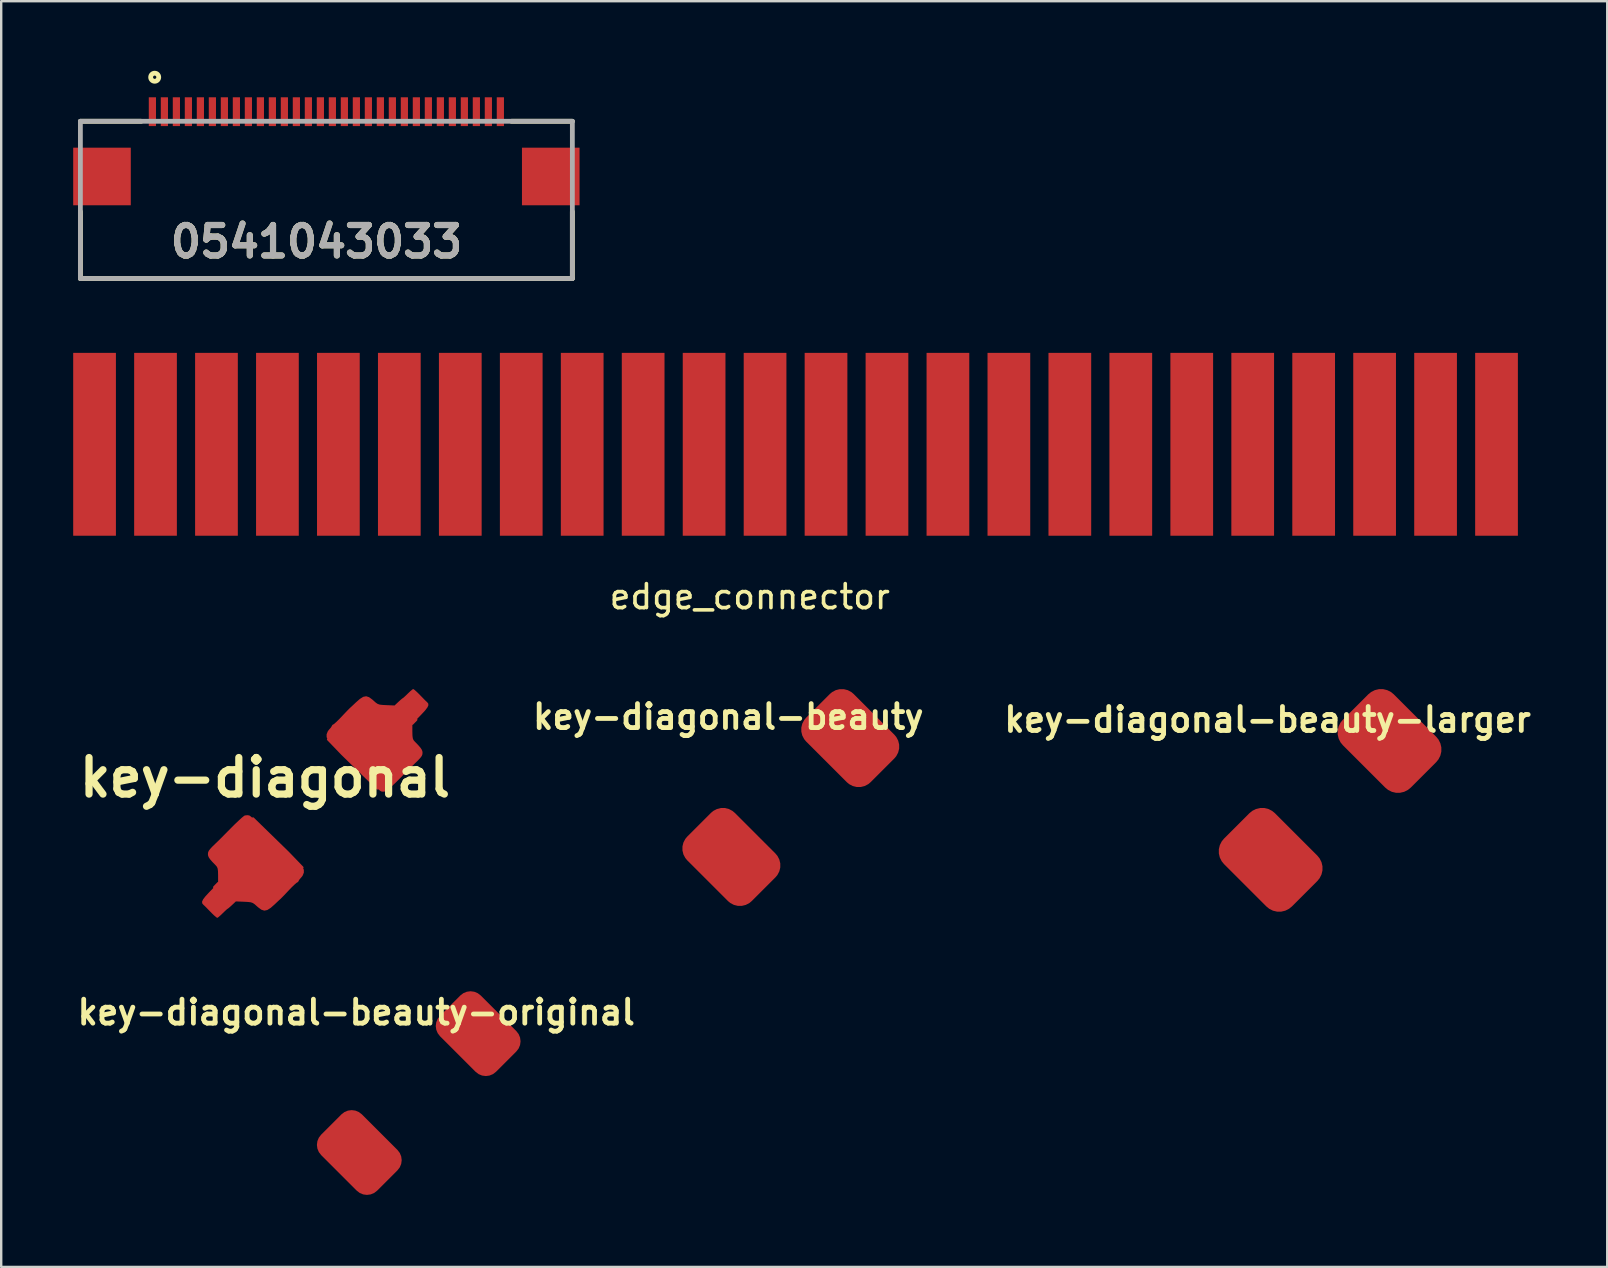
<source format=kicad_pcb>
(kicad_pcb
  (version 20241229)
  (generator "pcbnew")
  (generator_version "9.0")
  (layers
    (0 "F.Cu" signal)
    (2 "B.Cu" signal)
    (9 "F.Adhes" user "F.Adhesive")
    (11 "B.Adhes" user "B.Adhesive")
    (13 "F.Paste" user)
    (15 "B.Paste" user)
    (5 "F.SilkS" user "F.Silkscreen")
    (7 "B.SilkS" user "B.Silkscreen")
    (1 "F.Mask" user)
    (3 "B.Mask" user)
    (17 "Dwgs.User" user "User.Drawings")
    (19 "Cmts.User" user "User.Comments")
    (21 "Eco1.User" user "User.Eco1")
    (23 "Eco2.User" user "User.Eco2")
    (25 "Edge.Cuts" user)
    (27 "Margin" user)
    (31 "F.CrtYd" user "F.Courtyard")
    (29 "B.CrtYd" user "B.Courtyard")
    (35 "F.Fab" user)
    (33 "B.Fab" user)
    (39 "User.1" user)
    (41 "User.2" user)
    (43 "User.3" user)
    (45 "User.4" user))
  (footprint "key-diagonal-beauty-larger"
    (layer "F.Cu")
    (at 52.311 30.112)
    (property "Reference" "key-diagonal-beauty-larger" (at -2.54 -3.175 0) (layer "F.SilkS") (effects (font (size 1 1) (thickness 0.2))))
    (attr through_hole)
    (pad "1" smd roundrect (at 2.54 -2.286 315) (size 4 3) (layers "F.Cu" "F.Mask") (roundrect_rratio 0.25))
    (pad "2" smd roundrect (at -2.413 2.667 315) (size 4 3) (layers "F.Cu" "F.Mask") (roundrect_rratio 0.25)))
  (footprint "0541043033"
    (layer "F.Cu")
    (at 10.55 2.004)
    (property "Reference" "0541043033" (at -0.409 5.017 0) (layer "F.SilkS") (effects (font (size 1.27 1.27) (thickness 0.254))))
    (attr smd)
    (fp_line (start -10.25 0) (end -7.717 0) (stroke (width 0.2) (type solid)) (layer "F.SilkS"))
    (fp_line (start -10.25 6.55) (end -10.25 3.766) (stroke (width 0.2) (type solid)) (layer "F.SilkS"))
    (fp_line (start -10.25 6.55) (end 10.25 6.55) (stroke (width 0.2) (type solid)) (layer "F.SilkS"))
    (fp_line (start 10.25 0) (end 7.717 0) (stroke (width 0.2) (type solid)) (layer "F.SilkS"))
    (fp_line (start 10.25 6.55) (end 10.25 3.766) (stroke (width 0.2) (type solid)) (layer "F.SilkS"))
    (fp_circle (center -7.154 -1.836) (end -7.154 -1.768) (stroke (width 0.2) (type solid)) (fill no) (layer "F.SilkS"))
    (fp_line (start -10.25 0) (end 10.25 0) (stroke (width 0.2) (type solid)) (layer "F.Fab"))
    (fp_line (start -10.25 6.55) (end -10.25 0) (stroke (width 0.2) (type solid)) (layer "F.Fab"))
    (fp_line (start 10.25 0) (end 10.25 6.55) (stroke (width 0.2) (type solid)) (layer "F.Fab"))
    (fp_line (start 10.25 6.55) (end -10.25 6.55) (stroke (width 0.2) (type solid)) (layer "F.Fab"))
    (fp_text user "${REFERENCE}" (at -0.409 5.017 0) (layer "F.Fab") (effects (font (size 1.27 1.27) (thickness 0.254))))
    (pad "1" smd rect (at -7.25 -0.4) (size 0.3 1.2) (layers "F.Cu" "F.Mask" "F.Paste"))
    (pad "2" smd rect (at -6.75 -0.4) (size 0.3 1.2) (layers "F.Cu" "F.Mask" "F.Paste"))
    (pad "3" smd rect (at -6.25 -0.4) (size 0.3 1.2) (layers "F.Cu" "F.Mask" "F.Paste"))
    (pad "4" smd rect (at -5.75 -0.4) (size 0.3 1.2) (layers "F.Cu" "F.Mask" "F.Paste"))
    (pad "5" smd rect (at -5.25 -0.4) (size 0.3 1.2) (layers "F.Cu" "F.Mask" "F.Paste"))
    (pad "6" smd rect (at -4.75 -0.4) (size 0.3 1.2) (layers "F.Cu" "F.Mask" "F.Paste"))
    (pad "7" smd rect (at -4.25 -0.4) (size 0.3 1.2) (layers "F.Cu" "F.Mask" "F.Paste"))
    (pad "8" smd rect (at -3.75 -0.4) (size 0.3 1.2) (layers "F.Cu" "F.Mask" "F.Paste"))
    (pad "9" smd rect (at -3.25 -0.4) (size 0.3 1.2) (layers "F.Cu" "F.Mask" "F.Paste"))
    (pad "10" smd rect (at -2.75 -0.4) (size 0.3 1.2) (layers "F.Cu" "F.Mask" "F.Paste"))
    (pad "11" smd rect (at -2.25 -0.4) (size 0.3 1.2) (layers "F.Cu" "F.Mask" "F.Paste"))
    (pad "12" smd rect (at -1.75 -0.4) (size 0.3 1.2) (layers "F.Cu" "F.Mask" "F.Paste"))
    (pad "13" smd rect (at -1.25 -0.4) (size 0.3 1.2) (layers "F.Cu" "F.Mask" "F.Paste"))
    (pad "14" smd rect (at -0.75 -0.4) (size 0.3 1.2) (layers "F.Cu" "F.Mask" "F.Paste"))
    (pad "15" smd rect (at -0.25 -0.4) (size 0.3 1.2) (layers "F.Cu" "F.Mask" "F.Paste"))
    (pad "16" smd rect (at 0.25 -0.4) (size 0.3 1.2) (layers "F.Cu" "F.Mask" "F.Paste"))
    (pad "17" smd rect (at 0.75 -0.4) (size 0.3 1.2) (layers "F.Cu" "F.Mask" "F.Paste"))
    (pad "18" smd rect (at 1.25 -0.4) (size 0.3 1.2) (layers "F.Cu" "F.Mask" "F.Paste"))
    (pad "19" smd rect (at 1.75 -0.4) (size 0.3 1.2) (layers "F.Cu" "F.Mask" "F.Paste"))
    (pad "20" smd rect (at 2.25 -0.4) (size 0.3 1.2) (layers "F.Cu" "F.Mask" "F.Paste"))
    (pad "21" smd rect (at 2.75 -0.4) (size 0.3 1.2) (layers "F.Cu" "F.Mask" "F.Paste"))
    (pad "22" smd rect (at 3.25 -0.4) (size 0.3 1.2) (layers "F.Cu" "F.Mask" "F.Paste"))
    (pad "23" smd rect (at 3.75 -0.4) (size 0.3 1.2) (layers "F.Cu" "F.Mask" "F.Paste"))
    (pad "24" smd rect (at 4.25 -0.4) (size 0.3 1.2) (layers "F.Cu" "F.Mask" "F.Paste"))
    (pad "25" smd rect (at 4.75 -0.4) (size 0.3 1.2) (layers "F.Cu" "F.Mask" "F.Paste"))
    (pad "26" smd rect (at 5.25 -0.4) (size 0.3 1.2) (layers "F.Cu" "F.Mask" "F.Paste"))
    (pad "27" smd rect (at 5.75 -0.4) (size 0.3 1.2) (layers "F.Cu" "F.Mask" "F.Paste"))
    (pad "28" smd rect (at 6.25 -0.4) (size 0.3 1.2) (layers "F.Cu" "F.Mask" "F.Paste"))
    (pad "29" smd rect (at 6.75 -0.4) (size 0.3 1.2) (layers "F.Cu" "F.Mask" "F.Paste"))
    (pad "30" smd rect (at 7.25 -0.4) (size 0.3 1.2) (layers "F.Cu" "F.Mask" "F.Paste"))
    (pad "31" smd rect (at -9.35 2.3 90) (size 2.4 2.4) (layers "F.Cu" "F.Mask" "F.Paste"))
    (pad "32" smd rect (at 9.35 2.3 90) (size 2.4 2.4) (layers "F.Cu" "F.Mask" "F.Paste")))
  (footprint "edge_connector"
    (layer "F.Cu")
    (at 0.89 15.464)
    (property "Reference" "edge_connector" (at 27.305 6.35 0) (layer "F.SilkS") (effects (font (size 1 1) (thickness 0.15))))
    (attr exclude_from_pos_files exclude_from_bom)
    (pad "1" connect rect (at 0 0) (size 1.78 7.62) (layers "F.Cu" "F.Mask"))
    (pad "2" connect rect (at 2.54 0) (size 1.78 7.62) (layers "F.Cu" "F.Mask"))
    (pad "3" connect rect (at 5.08 0) (size 1.78 7.62) (layers "F.Cu" "F.Mask"))
    (pad "4" connect rect (at 7.62 0) (size 1.78 7.62) (layers "F.Cu" "F.Mask"))
    (pad "5" connect rect (at 10.16 0) (size 1.78 7.62) (layers "F.Cu" "F.Mask"))
    (pad "6" connect rect (at 12.7 0) (size 1.78 7.62) (layers "F.Cu" "F.Mask"))
    (pad "7" connect rect (at 15.24 0) (size 1.78 7.62) (layers "F.Cu" "F.Mask"))
    (pad "8" connect rect (at 17.78 0) (size 1.78 7.62) (layers "F.Cu" "F.Mask"))
    (pad "9" connect rect (at 20.32 0) (size 1.78 7.62) (layers "F.Cu" "F.Mask"))
    (pad "10" connect rect (at 22.86 0) (size 1.78 7.62) (layers "F.Cu" "F.Mask"))
    (pad "11" connect rect (at 25.4 0) (size 1.78 7.62) (layers "F.Cu" "F.Mask"))
    (pad "12" connect rect (at 27.94 0) (size 1.78 7.62) (layers "F.Cu" "F.Mask"))
    (pad "13" connect rect (at 30.48 0) (size 1.78 7.62) (layers "F.Cu" "F.Mask"))
    (pad "14" connect rect (at 33.02 0) (size 1.78 7.62) (layers "F.Cu" "F.Mask"))
    (pad "15" connect rect (at 35.56 0) (size 1.78 7.62) (layers "F.Cu" "F.Mask"))
    (pad "16" connect rect (at 38.1 0) (size 1.78 7.62) (layers "F.Cu" "F.Mask"))
    (pad "17" connect rect (at 40.64 0) (size 1.78 7.62) (layers "F.Cu" "F.Mask"))
    (pad "18" connect rect (at 43.18 0) (size 1.78 7.62) (layers "F.Cu" "F.Mask"))
    (pad "19" connect rect (at 45.72 0) (size 1.78 7.62) (layers "F.Cu" "F.Mask"))
    (pad "20" connect rect (at 48.26 0) (size 1.78 7.62) (layers "F.Cu" "F.Mask"))
    (pad "21" connect rect (at 50.8 0) (size 1.78 7.62) (layers "F.Cu" "F.Mask"))
    (pad "22" connect rect (at 53.34 0) (size 1.78 7.62) (layers "F.Cu" "F.Mask"))
    (pad "23" connect rect (at 55.88 0) (size 1.78 7.62) (layers "F.Cu" "F.Mask"))
    (pad "24" connect rect (at 58.42 0) (size 1.78 7.62) (layers "F.Cu" "F.Mask")))
  (footprint "key-diagonal"
    (layer "F.Cu")
    (at 10.022 30.239)
    (property "Reference" "key-diagonal" (at -2.032 -0.889 0) (layer "F.SilkS") (effects (font (size 1.524 1.524) (thickness 0.3))))
    (attr through_hole)
    (pad "1" smd custom (at -4.191 4.445) (size 0.5 0.5) (layers "F.Cu" "F.Mask") (options (anchor circle)) (primitives (gr_poly (pts (xy 3.429 -1.143) (xy 1.524 -0.508) (xy 0.254 -0.508) (xy 0.045 -0.762) (xy 0.212 -0.933) (xy 0.889 -1.143) (xy 0.889 -2.413) (xy 2.794 -2.413)) (width 0.1) (fill yes)) (gr_poly (pts (xy 3.719 -1.583) (xy 3.429 -1.143) (xy 3.125 -2.2)) (width 0.1) (fill yes)) (gr_poly (pts (xy 3.125 -2.2) (xy 2.646 -2.159) (xy 1.659 -3.629)) (width 0.1) (fill yes)) (gr_poly (pts (xy 1.504 -3.75) (xy 1.557 -3.715) (xy 1.659 -3.629) (xy 1.802 -3.5) (xy 1.975 -3.339) (xy 2.169 -3.154) (xy 2.375 -2.954) (xy 2.583 -2.75) (xy 2.783 -2.55) (xy 2.967 -2.364) (xy 3.125 -2.2) (xy 3.247 -2.069) (xy 3.323 -1.978) (xy 3.343 -1.95) (xy 3.401 -1.882) (xy 3.447 -1.863) (xy 3.507 -1.83) (xy 3.576 -1.751) (xy 3.58 -1.746) (xy 3.653 -1.649) (xy 3.719 -1.583) (xy 3.775 -1.494) (xy 3.775 -1.371) (xy 3.723 -1.243) (xy 3.669 -1.175) (xy 3.595 -1.091) (xy 3.557 -1.026) (xy 3.556 -1.018) (xy 3.523 -0.975) (xy 3.511 -0.974) (xy 3.465 -0.945) (xy 3.376 -0.866) (xy 3.258 -0.751) (xy 3.162 -0.651) (xy 3.03 -0.511) (xy 2.916 -0.392) (xy 2.834 -0.309) (xy 2.805 -0.28) (xy 2.746 -0.227) (xy 2.65 -0.137) (xy 2.566 -0.057) (xy 2.392 0.096) (xy 2.253 0.183) (xy 2.132 0.207) (xy 2.013 0.169) (xy 1.88 0.072) (xy 1.835 0.032) (xy 1.735 -0.057) (xy 1.655 -0.111) (xy 1.568 -0.141) (xy 1.446 -0.155) (xy 1.293 -0.163) (xy 0.946 -0.177) (xy 0.785 -0.025) (xy 0.691 0.06) (xy 0.624 0.116) (xy 0.605 0.127) (xy 0.567 0.155) (xy 0.489 0.227) (xy 0.395 0.318) (xy 0.292 0.416) (xy 0.211 0.485) (xy 0.172 0.508) (xy 0.127 0.48) (xy 0.043 0.407) (xy -0.047 0.32) (xy -0.154 0.211) (xy -0.242 0.121) (xy -0.284 0.077) (xy -0.361 0.001) (xy -0.4 -0.033) (xy -0.449 -0.092) (xy -0.456 -0.161) (xy -0.415 -0.252) (xy -0.322 -0.375) (xy -0.171 -0.539) (xy -0.127 -0.585) (xy 0.045 -0.762) (xy 0.127 -0.762) (xy 0.142 -0.727) (xy 0.155 -0.734) (xy 0.16 -0.784) (xy 0.155 -0.79) (xy 0.13 -0.784) (xy 0.127 -0.762) (xy 0.045 -0.762) (xy 0.212 -0.933) (xy 0.212 -1.256) (xy 0.208 -1.428) (xy 0.194 -1.54) (xy 0.189 -1.552) (xy 2.935 -1.552) (xy 2.941 -1.527) (xy 2.963 -1.524) (xy 2.998 -1.539) (xy 2.995 -1.545) (xy 3.598 -1.545) (xy 3.619 -1.524) (xy 3.641 -1.545) (xy 3.619 -1.566) (xy 3.598 -1.545) (xy 2.995 -1.545) (xy 2.992 -1.552) (xy 2.941 -1.557) (xy 2.935 -1.552) (xy 0.189 -1.552) (xy 0.164 -1.615) (xy 0.116 -1.673) (xy -0.032 -1.826) (xy -0.101 -1.905) (xy 1.122 -1.905) (xy 1.125 -1.866) (xy 1.141 -1.863) (xy 1.184 -1.893) (xy 1.185 -1.905) (xy 1.171 -1.946) (xy 1.167 -1.947) (xy 1.131 -1.918) (xy 1.122 -1.905) (xy -0.101 -1.905) (xy -0.128 -1.937) (xy -0.183 -2.021) (xy -0.208 -2.093) (xy -0.212 -2.147) (xy -0.208 -2.18) (xy 2.625 -2.18) (xy 2.646 -2.159) (xy 2.667 -2.18) (xy 2.646 -2.201) (xy 2.625 -2.18) (xy -0.208 -2.18) (xy -0.205 -2.212) (xy -0.178 -2.277) (xy -0.121 -2.354) (xy -0.024 -2.458) (xy 0.124 -2.601) (xy 0.179 -2.654) (xy 0.226 -2.699) (xy 0.321 -2.794) (xy 0.453 -2.927) (xy 0.611 -3.087) (xy 0.736 -3.213) (xy 0.908 -3.385) (xy 1.065 -3.534) (xy 1.194 -3.652) (xy 1.286 -3.727) (xy 1.321 -3.749) (xy 1.428 -3.76) (xy 1.504 -3.75)) (width 0.01) (fill yes))))
    (pad "2" smd custom (at 4.318 -4.064 180) (size 0.5 0.5) (layers "F.Cu" "F.Mask") (options (anchor circle)) (primitives (gr_poly (pts (xy 3.429 -1.143) (xy 1.524 -0.508) (xy 0.254 -0.508) (xy 0.045 -0.762) (xy 0.212 -0.933) (xy 0.889 -1.143) (xy 0.889 -2.413) (xy 2.794 -2.413)) (width 0.1) (fill yes)) (gr_poly (pts (xy 3.719 -1.583) (xy 3.429 -1.143) (xy 3.125 -2.2)) (width 0.1) (fill yes)) (gr_poly (pts (xy 3.125 -2.2) (xy 2.646 -2.159) (xy 1.659 -3.629)) (width 0.1) (fill yes)) (gr_poly (pts (xy 1.504 -3.75) (xy 1.557 -3.715) (xy 1.659 -3.629) (xy 1.802 -3.5) (xy 1.975 -3.339) (xy 2.169 -3.154) (xy 2.375 -2.954) (xy 2.583 -2.75) (xy 2.783 -2.55) (xy 2.967 -2.364) (xy 3.125 -2.2) (xy 3.247 -2.069) (xy 3.323 -1.978) (xy 3.343 -1.95) (xy 3.401 -1.882) (xy 3.447 -1.863) (xy 3.507 -1.83) (xy 3.576 -1.751) (xy 3.58 -1.746) (xy 3.653 -1.649) (xy 3.719 -1.583) (xy 3.775 -1.494) (xy 3.775 -1.371) (xy 3.723 -1.243) (xy 3.669 -1.175) (xy 3.595 -1.091) (xy 3.557 -1.026) (xy 3.556 -1.018) (xy 3.523 -0.975) (xy 3.511 -0.974) (xy 3.465 -0.945) (xy 3.376 -0.866) (xy 3.258 -0.751) (xy 3.162 -0.651) (xy 3.03 -0.511) (xy 2.916 -0.392) (xy 2.834 -0.309) (xy 2.805 -0.28) (xy 2.746 -0.227) (xy 2.65 -0.137) (xy 2.566 -0.057) (xy 2.392 0.096) (xy 2.253 0.183) (xy 2.132 0.207) (xy 2.013 0.169) (xy 1.88 0.072) (xy 1.835 0.032) (xy 1.735 -0.057) (xy 1.655 -0.111) (xy 1.568 -0.141) (xy 1.446 -0.155) (xy 1.293 -0.163) (xy 0.946 -0.177) (xy 0.785 -0.025) (xy 0.691 0.06) (xy 0.624 0.116) (xy 0.605 0.127) (xy 0.567 0.155) (xy 0.489 0.227) (xy 0.395 0.318) (xy 0.292 0.416) (xy 0.211 0.485) (xy 0.172 0.508) (xy 0.127 0.48) (xy 0.043 0.407) (xy -0.047 0.32) (xy -0.154 0.211) (xy -0.242 0.121) (xy -0.284 0.077) (xy -0.361 0.001) (xy -0.4 -0.033) (xy -0.449 -0.092) (xy -0.456 -0.161) (xy -0.415 -0.252) (xy -0.322 -0.375) (xy -0.171 -0.539) (xy -0.127 -0.585) (xy 0.045 -0.762) (xy 0.127 -0.762) (xy 0.142 -0.727) (xy 0.155 -0.734) (xy 0.16 -0.784) (xy 0.155 -0.79) (xy 0.13 -0.784) (xy 0.127 -0.762) (xy 0.045 -0.762) (xy 0.212 -0.933) (xy 0.212 -1.256) (xy 0.208 -1.428) (xy 0.194 -1.54) (xy 0.189 -1.552) (xy 2.935 -1.552) (xy 2.941 -1.527) (xy 2.963 -1.524) (xy 2.998 -1.539) (xy 2.995 -1.545) (xy 3.598 -1.545) (xy 3.619 -1.524) (xy 3.641 -1.545) (xy 3.619 -1.566) (xy 3.598 -1.545) (xy 2.995 -1.545) (xy 2.992 -1.552) (xy 2.941 -1.557) (xy 2.935 -1.552) (xy 0.189 -1.552) (xy 0.164 -1.615) (xy 0.116 -1.673) (xy -0.032 -1.826) (xy -0.101 -1.905) (xy 1.122 -1.905) (xy 1.125 -1.866) (xy 1.141 -1.863) (xy 1.184 -1.893) (xy 1.185 -1.905) (xy 1.171 -1.946) (xy 1.167 -1.947) (xy 1.131 -1.918) (xy 1.122 -1.905) (xy -0.101 -1.905) (xy -0.128 -1.937) (xy -0.183 -2.021) (xy -0.208 -2.093) (xy -0.212 -2.147) (xy -0.208 -2.18) (xy 2.625 -2.18) (xy 2.646 -2.159) (xy 2.667 -2.18) (xy 2.646 -2.201) (xy 2.625 -2.18) (xy -0.208 -2.18) (xy -0.205 -2.212) (xy -0.178 -2.277) (xy -0.121 -2.354) (xy -0.024 -2.458) (xy 0.124 -2.601) (xy 0.179 -2.654) (xy 0.226 -2.699) (xy 0.321 -2.794) (xy 0.453 -2.927) (xy 0.611 -3.087) (xy 0.736 -3.213) (xy 0.908 -3.385) (xy 1.065 -3.534) (xy 1.194 -3.652) (xy 1.286 -3.727) (xy 1.321 -3.749) (xy 1.428 -3.76) (xy 1.504 -3.75)) (width 0.01) (fill yes)))))
  (footprint "key-diagonal-beauty"
    (layer "F.Cu")
    (at 29.839 29.992)
    (property "Reference" "key-diagonal-beauty" (at -2.54 -3.175 0) (layer "F.SilkS") (effects (font (size 1 1) (thickness 0.2))))
    (attr through_hole)
    (pad "1" smd roundrect (at 2.54 -2.286 315) (size 3.8 2.8) (layers "F.Cu" "F.Mask") (roundrect_rratio 0.25))
    (pad "2" smd roundrect (at -2.413 2.667 315) (size 3.8 2.8) (layers "F.Cu" "F.Mask") (roundrect_rratio 0.25)))
  (footprint "key-diagonal-beauty-original"
    (layer "F.Cu")
    (at 14.335 42.308)
    (property "Reference" "key-diagonal-beauty-original" (at -2.54 -3.175 0) (layer "F.SilkS") (effects (font (size 1 1) (thickness 0.2))))
    (attr through_hole)
    (pad "1" smd roundrect (at 2.54 -2.286 315) (size 3.3 2.4) (layers "F.Cu" "F.Mask") (roundrect_rratio 0.25))
    (pad "2" smd roundrect (at -2.413 2.667 315) (size 3.3 2.4) (layers "F.Cu" "F.Mask") (roundrect_rratio 0.25)))
  (gr_rect
    (start -3 -3)
    (end 63.923 49.742)
    (stroke (width 0.1) (type default))
    (fill no)
    (layer "Edge.Cuts")))
</source>
